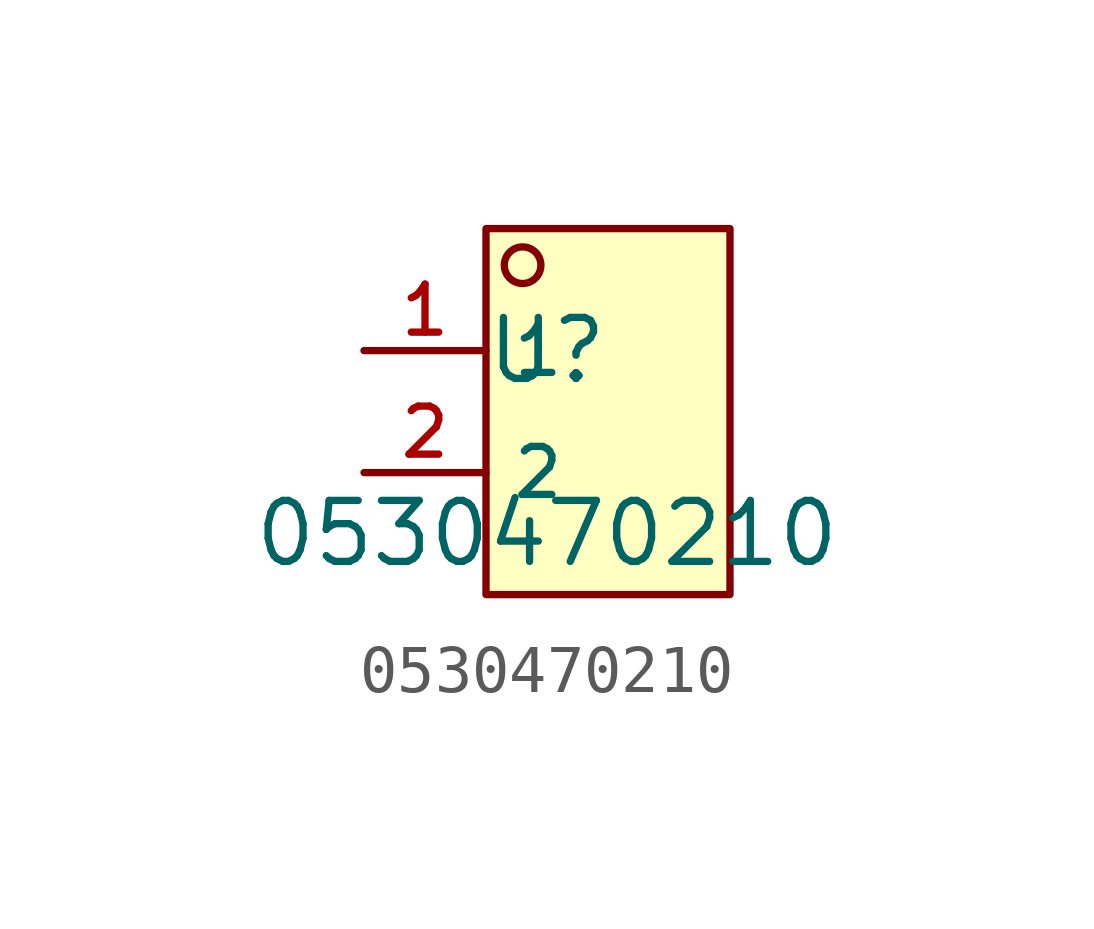
<source format=kicad_sym>
(kicad_symbol_lib
  (version 20210201)
  (generator TousstNicolas/JLC2KiCad_lib)
  (symbol "0530470210"
    (property "Reference" "U"
      (at 0 1.27 0)
      (effects (font (size 1.27 1.27))))
    (property "Value" "0530470210"
      (at 0 -2.54 0)
      (effects (font (size 1.27 1.27))))
    (symbol "0530470210_0_1"
      (rectangle (start -1.27 3.81) (end 3.81 -3.81) (stroke (width 0) (type default) (color 0 0 0 0)) (fill (type background)))
      (circle (center -0.508 3.048) (radius 0.381) (stroke (width 0) (type default) (color 0 0 0 0)) (fill (type background)))
      (pin unspecified line (at -3.81 1.27 0) (length 2.54) (name "1" (effects (font (size 1 1)))) (number "1" (effects (font (size 1 1)))))
      (pin unspecified line (at -3.81 -1.27 0) (length 2.54) (name "2" (effects (font (size 1 1)))) (number "2" (effects (font (size 1 1))))))))
</source>
